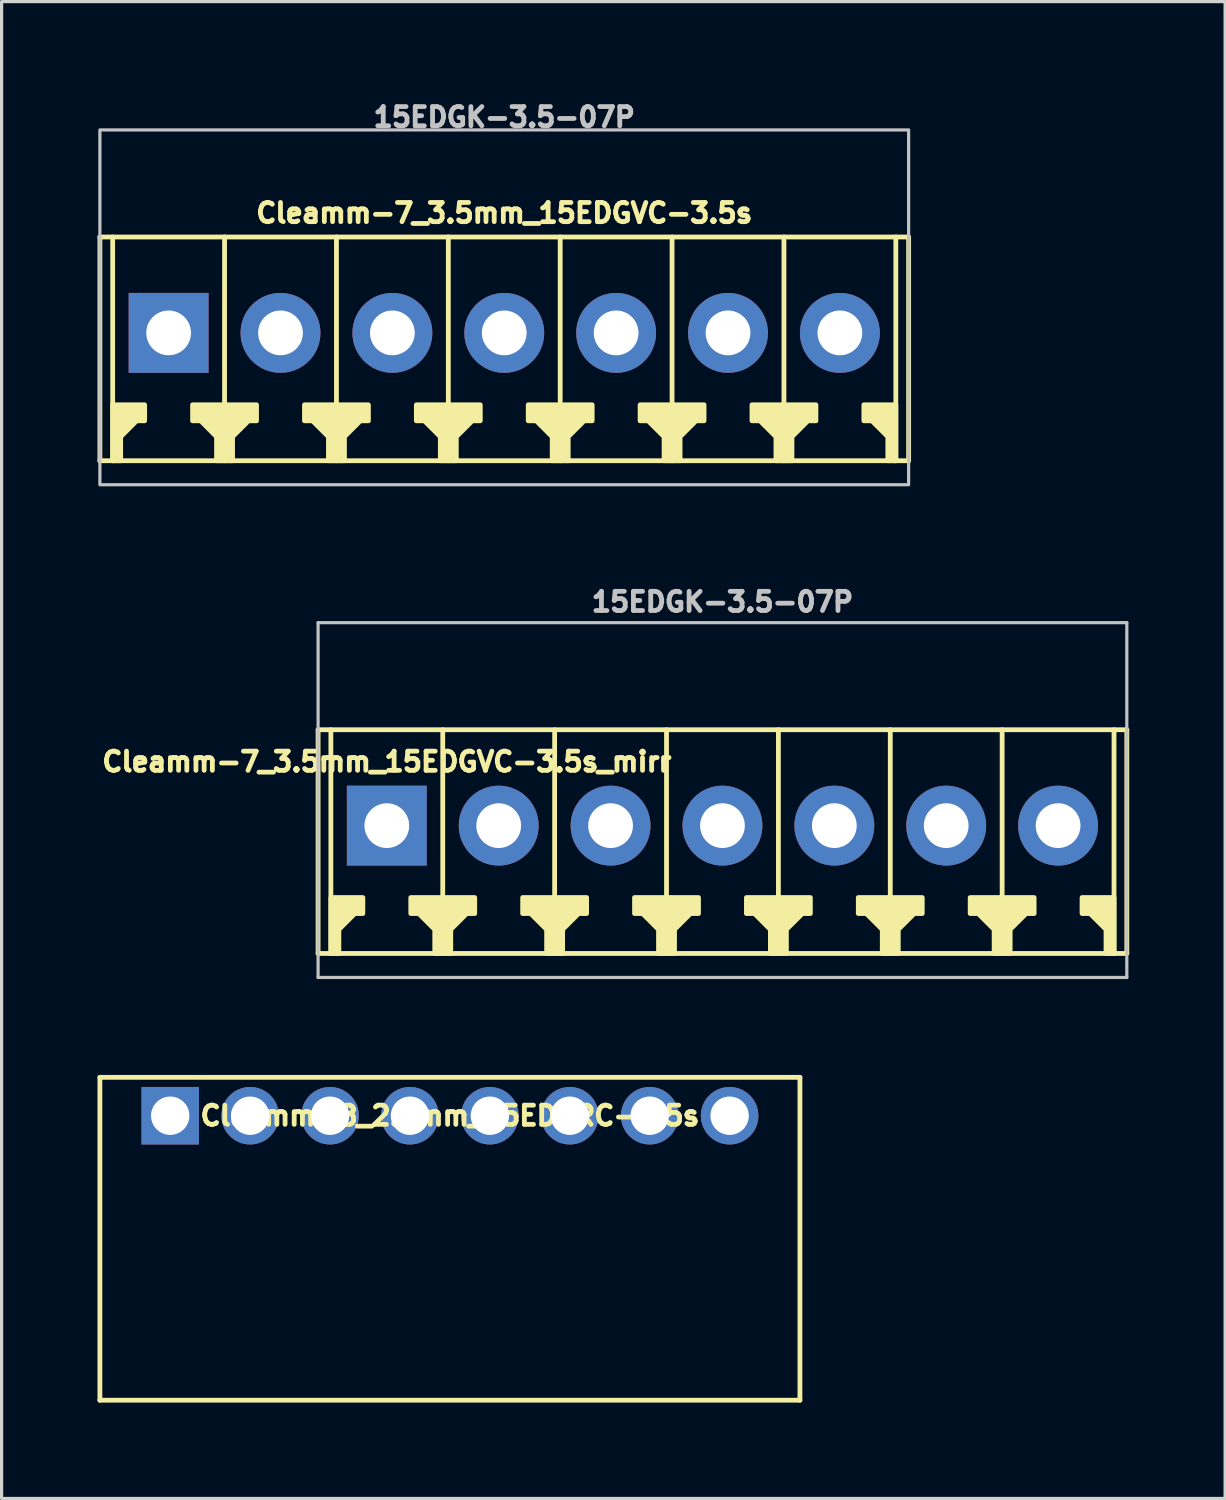
<source format=kicad_pcb>
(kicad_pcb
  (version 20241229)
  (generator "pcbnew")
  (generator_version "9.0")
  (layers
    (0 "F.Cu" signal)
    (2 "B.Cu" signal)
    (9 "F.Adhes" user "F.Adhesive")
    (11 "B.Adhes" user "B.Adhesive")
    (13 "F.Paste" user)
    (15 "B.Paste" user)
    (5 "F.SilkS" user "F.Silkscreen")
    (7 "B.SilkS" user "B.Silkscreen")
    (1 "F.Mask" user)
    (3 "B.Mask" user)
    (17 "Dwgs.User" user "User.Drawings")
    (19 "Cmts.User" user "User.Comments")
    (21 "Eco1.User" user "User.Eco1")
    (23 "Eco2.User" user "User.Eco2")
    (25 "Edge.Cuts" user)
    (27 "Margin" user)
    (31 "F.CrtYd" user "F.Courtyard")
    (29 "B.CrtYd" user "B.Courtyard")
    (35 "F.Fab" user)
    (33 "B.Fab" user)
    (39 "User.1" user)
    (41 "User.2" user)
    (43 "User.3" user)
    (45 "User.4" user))
  (footprint "Cleamm-7_3.5mm_15EDGVC-3.5s_mirr"
    (layer "F.Cu")
    (at 19.551 22.779)
    (property "Reference" "Cleamm-7_3.5mm_15EDGVC-3.5s_mirr" (at -10.5 -2 0) (layer "F.SilkS") (effects (font (size 0.6 0.6) (thickness 0.15))))
    (attr through_hole)
    (fp_line (start -12.65 -3) (end 12.65 -3) (stroke (width 0.15) (type default)) (layer "F.SilkS"))
    (fp_line (start -12.65 4) (end -12.65 -3) (stroke (width 0.15) (type default)) (layer "F.SilkS"))
    (fp_line (start -12.25 -3) (end -12.25 4) (stroke (width 0.15) (type solid)) (layer "F.SilkS"))
    (fp_line (start -8.75 4) (end -8.75 -3) (stroke (width 0.15) (type solid)) (layer "F.SilkS"))
    (fp_line (start -5.25 -3) (end -5.25 4) (stroke (width 0.15) (type solid)) (layer "F.SilkS"))
    (fp_line (start -1.75 -3) (end -1.75 4) (stroke (width 0.15) (type solid)) (layer "F.SilkS"))
    (fp_line (start 1.75 4) (end 1.75 -3) (stroke (width 0.15) (type solid)) (layer "F.SilkS"))
    (fp_line (start 5.25 4) (end 5.25 -3) (stroke (width 0.15) (type solid)) (layer "F.SilkS"))
    (fp_line (start 8.75 4) (end 8.75 -3) (stroke (width 0.15) (type solid)) (layer "F.SilkS"))
    (fp_line (start 12.25 4) (end 12.25 -3) (stroke (width 0.15) (type solid)) (layer "F.SilkS"))
    (fp_line (start 12.65 -3) (end 12.65 4) (stroke (width 0.15) (type default)) (layer "F.SilkS"))
    (fp_line (start 12.65 4) (end -12.65 4) (stroke (width 0.15) (type default)) (layer "F.SilkS"))
    (fp_poly (pts (xy -12.25 2.25) (xy -11.25 2.25) (xy -11.25 2.75) (xy -11.5 2.75) (xy -12 3.25) (xy -12 4) (xy -12.25 4)) (stroke (width 0.15) (type solid)) (fill yes) (layer "F.SilkS"))
    (fp_poly (pts (xy 12.25 2.25) (xy 11.25 2.25) (xy 11.25 2.75) (xy 11.5 2.75) (xy 12 3.25) (xy 12 4) (xy 12.25 4)) (stroke (width 0.15) (type solid)) (fill yes) (layer "F.SilkS"))
    (fp_poly (pts (xy -8.5 4) (xy -8.5 3.25) (xy -8 2.75) (xy -7.75 2.75) (xy -7.75 2.25) (xy -9.75 2.25) (xy -9.75 2.75) (xy -9.5 2.75) (xy -9 3.25) (xy -9 4)) (stroke (width 0.15) (type solid)) (fill yes) (layer "F.SilkS"))
    (fp_poly (pts (xy -5 4) (xy -5 3.25) (xy -4.5 2.75) (xy -4.25 2.75) (xy -4.25 2.25) (xy -6.25 2.25) (xy -6.25 2.75) (xy -6 2.75) (xy -5.5 3.25) (xy -5.5 4)) (stroke (width 0.15) (type solid)) (fill yes) (layer "F.SilkS"))
    (fp_poly (pts (xy -1.5 4) (xy -1.5 3.25) (xy -1 2.75) (xy -0.75 2.75) (xy -0.75 2.25) (xy -2.75 2.25) (xy -2.75 2.75) (xy -2.5 2.75) (xy -2 3.25) (xy -2 4)) (stroke (width 0.15) (type solid)) (fill yes) (layer "F.SilkS"))
    (fp_poly (pts (xy 2 4) (xy 2 3.25) (xy 2.5 2.75) (xy 2.75 2.75) (xy 2.75 2.25) (xy 0.75 2.25) (xy 0.75 2.75) (xy 1 2.75) (xy 1.5 3.25) (xy 1.5 4)) (stroke (width 0.15) (type solid)) (fill yes) (layer "F.SilkS"))
    (fp_poly (pts (xy 5.5 4) (xy 5.5 3.25) (xy 6 2.75) (xy 6.25 2.75) (xy 6.25 2.25) (xy 4.25 2.25) (xy 4.25 2.75) (xy 4.5 2.75) (xy 5 3.25) (xy 5 4)) (stroke (width 0.15) (type solid)) (fill yes) (layer "F.SilkS"))
    (fp_poly (pts (xy 9 4) (xy 9 3.25) (xy 9.5 2.75) (xy 9.75 2.75) (xy 9.75 2.25) (xy 7.75 2.25) (xy 7.75 2.75) (xy 8 2.75) (xy 8.5 3.25) (xy 8.5 4)) (stroke (width 0.15) (type solid)) (fill yes) (layer "F.SilkS"))
    (fp_line (start -12.65 -6.35) (end -12.65 4.75) (stroke (width 0.1) (type default)) (layer "Dwgs.User"))
    (fp_line (start -12.65 4.75) (end 12.65 4.75) (stroke (width 0.1) (type default)) (layer "Dwgs.User"))
    (fp_line (start 12.65 -6.35) (end -12.65 -6.35) (stroke (width 0.1) (type default)) (layer "Dwgs.User"))
    (fp_line (start 12.65 4.75) (end 12.65 -6.35) (stroke (width 0.1) (type default)) (layer "Dwgs.User"))
    (fp_text user "15EDGK-3.5-07P" (at 0 -7 0) (layer "Dwgs.User") (effects (font (size 0.6 0.6) (thickness 0.15))))
    (pad "1" thru_hole rect (at -10.5 0) (size 2.5 2.5) (drill 1.4) (layers "*.Cu" "*.Mask"))
    (pad "2" thru_hole circle (at -7 0) (size 2.5 2.5) (drill 1.4) (layers "*.Cu" "*.Mask"))
    (pad "3" thru_hole circle (at -3.5 0) (size 2.5 2.5) (drill 1.4) (layers "*.Cu" "*.Mask"))
    (pad "4" thru_hole circle (at 0 0) (size 2.5 2.5) (drill 1.4) (layers "*.Cu" "*.Mask"))
    (pad "5" thru_hole circle (at 3.5 0) (size 2.5 2.5) (drill 1.4) (layers "*.Cu" "*.Mask"))
    (pad "6" thru_hole circle (at 7 0) (size 2.5 2.5) (drill 1.4) (layers "*.Cu" "*.Mask"))
    (pad "7" thru_hole circle (at 10.5 0) (size 2.5 2.5) (drill 1.4) (layers "*.Cu" "*.Mask")))
  (footprint "Cleamm-8_2.5mm_15EDGRC-2.5s"
    (layer "F.Cu")
    (at 11.025 31.854)
    (property "Reference" "Cleamm-8_2.5mm_15EDGRC-2.5s" (at 0 0 0) (layer "F.SilkS") (effects (font (size 0.6 0.6) (thickness 0.15))))
    (attr through_hole)
    (fp_line (start -10.95 -1.2) (end -10.95 8.9) (stroke (width 0.15) (type solid)) (layer "F.SilkS"))
    (fp_line (start 10.95 -1.2) (end -10.95 -1.2) (stroke (width 0.15) (type solid)) (layer "F.SilkS"))
    (fp_line (start 10.95 -1.2) (end 10.95 8.9) (stroke (width 0.15) (type solid)) (layer "F.SilkS"))
    (fp_line (start 10.95 8.9) (end -10.95 8.9) (stroke (width 0.15) (type solid)) (layer "F.SilkS"))
    (pad "1" thru_hole rect (at -8.75 0) (size 1.8 1.8) (drill 1.2) (layers "*.Cu" "*.Mask"))
    (pad "2" thru_hole circle (at -6.25 0) (size 1.8 1.8) (drill 1.2) (layers "*.Cu" "*.Mask"))
    (pad "3" thru_hole circle (at -3.75 0) (size 1.8 1.8) (drill 1.2) (layers "*.Cu" "*.Mask"))
    (pad "4" thru_hole circle (at -1.25 0) (size 1.8 1.8) (drill 1.2) (layers "*.Cu" "*.Mask"))
    (pad "5" thru_hole circle (at 1.25 0) (size 1.8 1.8) (drill 1.2) (layers "*.Cu" "*.Mask"))
    (pad "6" thru_hole circle (at 3.75 0) (size 1.8 1.8) (drill 1.2) (layers "*.Cu" "*.Mask"))
    (pad "7" thru_hole circle (at 6.25 0) (size 1.8 1.8) (drill 1.2) (layers "*.Cu" "*.Mask"))
    (pad "8" thru_hole circle (at 8.75 0) (size 1.8 1.8) (drill 1.2) (layers "*.Cu" "*.Mask")))
  (footprint "Cleamm-7_3.5mm_15EDGVC-3.5s"
    (layer "F.Cu")
    (at 12.725 7.364)
    (property "Reference" "Cleamm-7_3.5mm_15EDGVC-3.5s" (at 0 -3.75 0) (layer "F.SilkS") (effects (font (size 0.6 0.6) (thickness 0.15))))
    (attr through_hole)
    (fp_line (start -12.65 -3) (end 12.65 -3) (stroke (width 0.15) (type default)) (layer "F.SilkS"))
    (fp_line (start -12.65 4) (end -12.65 -3) (stroke (width 0.15) (type default)) (layer "F.SilkS"))
    (fp_line (start -12.25 -3) (end -12.25 4) (stroke (width 0.15) (type solid)) (layer "F.SilkS"))
    (fp_line (start -8.75 4) (end -8.75 -3) (stroke (width 0.15) (type solid)) (layer "F.SilkS"))
    (fp_line (start -5.25 -3) (end -5.25 4) (stroke (width 0.15) (type solid)) (layer "F.SilkS"))
    (fp_line (start -1.75 -3) (end -1.75 4) (stroke (width 0.15) (type solid)) (layer "F.SilkS"))
    (fp_line (start 1.75 4) (end 1.75 -3) (stroke (width 0.15) (type solid)) (layer "F.SilkS"))
    (fp_line (start 5.25 4) (end 5.25 -3) (stroke (width 0.15) (type solid)) (layer "F.SilkS"))
    (fp_line (start 8.75 4) (end 8.75 -3) (stroke (width 0.15) (type solid)) (layer "F.SilkS"))
    (fp_line (start 12.25 4) (end 12.25 -3) (stroke (width 0.15) (type solid)) (layer "F.SilkS"))
    (fp_line (start 12.65 -3) (end 12.65 4) (stroke (width 0.15) (type default)) (layer "F.SilkS"))
    (fp_line (start 12.65 4) (end -12.65 4) (stroke (width 0.15) (type default)) (layer "F.SilkS"))
    (fp_poly (pts (xy -12.25 2.25) (xy -11.25 2.25) (xy -11.25 2.75) (xy -11.5 2.75) (xy -12 3.25) (xy -12 4) (xy -12.25 4)) (stroke (width 0.15) (type solid)) (fill yes) (layer "F.SilkS"))
    (fp_poly (pts (xy 12.25 2.25) (xy 11.25 2.25) (xy 11.25 2.75) (xy 11.5 2.75) (xy 12 3.25) (xy 12 4) (xy 12.25 4)) (stroke (width 0.15) (type solid)) (fill yes) (layer "F.SilkS"))
    (fp_poly (pts (xy -8.5 4) (xy -8.5 3.25) (xy -8 2.75) (xy -7.75 2.75) (xy -7.75 2.25) (xy -9.75 2.25) (xy -9.75 2.75) (xy -9.5 2.75) (xy -9 3.25) (xy -9 4)) (stroke (width 0.15) (type solid)) (fill yes) (layer "F.SilkS"))
    (fp_poly (pts (xy -5 4) (xy -5 3.25) (xy -4.5 2.75) (xy -4.25 2.75) (xy -4.25 2.25) (xy -6.25 2.25) (xy -6.25 2.75) (xy -6 2.75) (xy -5.5 3.25) (xy -5.5 4)) (stroke (width 0.15) (type solid)) (fill yes) (layer "F.SilkS"))
    (fp_poly (pts (xy -1.5 4) (xy -1.5 3.25) (xy -1 2.75) (xy -0.75 2.75) (xy -0.75 2.25) (xy -2.75 2.25) (xy -2.75 2.75) (xy -2.5 2.75) (xy -2 3.25) (xy -2 4)) (stroke (width 0.15) (type solid)) (fill yes) (layer "F.SilkS"))
    (fp_poly (pts (xy 2 4) (xy 2 3.25) (xy 2.5 2.75) (xy 2.75 2.75) (xy 2.75 2.25) (xy 0.75 2.25) (xy 0.75 2.75) (xy 1 2.75) (xy 1.5 3.25) (xy 1.5 4)) (stroke (width 0.15) (type solid)) (fill yes) (layer "F.SilkS"))
    (fp_poly (pts (xy 5.5 4) (xy 5.5 3.25) (xy 6 2.75) (xy 6.25 2.75) (xy 6.25 2.25) (xy 4.25 2.25) (xy 4.25 2.75) (xy 4.5 2.75) (xy 5 3.25) (xy 5 4)) (stroke (width 0.15) (type solid)) (fill yes) (layer "F.SilkS"))
    (fp_poly (pts (xy 9 4) (xy 9 3.25) (xy 9.5 2.75) (xy 9.75 2.75) (xy 9.75 2.25) (xy 7.75 2.25) (xy 7.75 2.75) (xy 8 2.75) (xy 8.5 3.25) (xy 8.5 4)) (stroke (width 0.15) (type solid)) (fill yes) (layer "F.SilkS"))
    (fp_rect (start 12.65 -6.35) (end -12.65 4.75) (stroke (width 0.1) (type default)) (fill no) (layer "Dwgs.User"))
    (fp_text user "15EDGK-3.5-07P" (at 0 -6.75 0) (layer "Dwgs.User") (effects (font (size 0.6 0.6) (thickness 0.15))))
    (pad "1" thru_hole rect (at -10.5 0) (size 2.5 2.5) (drill 1.4) (layers "*.Cu" "*.Mask"))
    (pad "2" thru_hole circle (at -7 0) (size 2.5 2.5) (drill 1.4) (layers "*.Cu" "*.Mask"))
    (pad "3" thru_hole circle (at -3.5 0) (size 2.5 2.5) (drill 1.4) (layers "*.Cu" "*.Mask"))
    (pad "4" thru_hole circle (at 0 0) (size 2.5 2.5) (drill 1.4) (layers "*.Cu" "*.Mask"))
    (pad "5" thru_hole circle (at 3.5 0) (size 2.5 2.5) (drill 1.4) (layers "*.Cu" "*.Mask"))
    (pad "6" thru_hole circle (at 7 0) (size 2.5 2.5) (drill 1.4) (layers "*.Cu" "*.Mask"))
    (pad "7" thru_hole circle (at 10.5 0) (size 2.5 2.5) (drill 1.4) (layers "*.Cu" "*.Mask")))
  (gr_rect
    (start -3 -3)
    (end 35.276 43.828)
    (stroke (width 0.1) (type default))
    (fill no)
    (layer "Edge.Cuts")))
</source>
